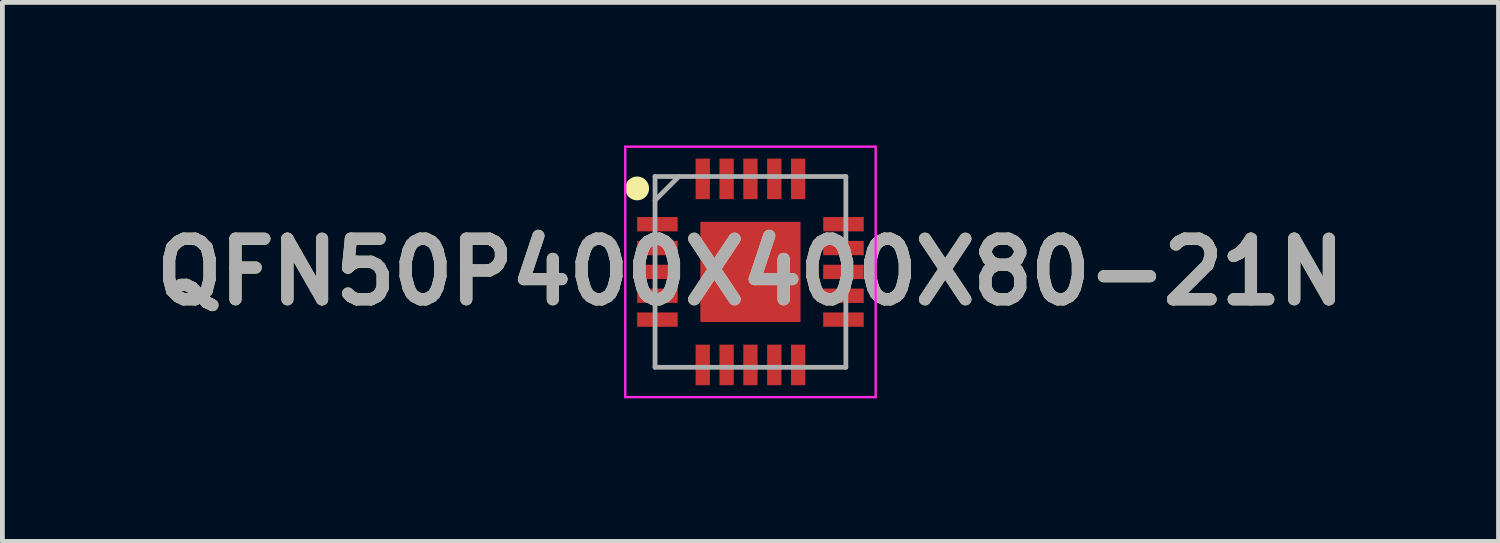
<source format=kicad_pcb>
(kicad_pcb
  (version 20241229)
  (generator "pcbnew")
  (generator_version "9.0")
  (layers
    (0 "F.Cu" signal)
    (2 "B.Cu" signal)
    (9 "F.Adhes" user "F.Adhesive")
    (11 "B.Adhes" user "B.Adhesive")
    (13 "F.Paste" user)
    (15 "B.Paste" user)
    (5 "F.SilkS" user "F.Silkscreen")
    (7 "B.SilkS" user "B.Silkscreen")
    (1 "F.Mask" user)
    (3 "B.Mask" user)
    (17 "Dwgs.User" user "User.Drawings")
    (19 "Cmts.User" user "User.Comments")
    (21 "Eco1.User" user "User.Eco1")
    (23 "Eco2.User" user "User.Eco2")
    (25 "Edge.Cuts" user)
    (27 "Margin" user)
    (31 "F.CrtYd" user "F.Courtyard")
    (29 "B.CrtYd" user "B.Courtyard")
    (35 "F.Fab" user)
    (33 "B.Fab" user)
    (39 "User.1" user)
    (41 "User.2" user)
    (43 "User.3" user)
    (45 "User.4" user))
  (footprint "QFN50P400X400X80-21N"
    (layer "F.Cu")
    (at 12.682 2.65)
    (property "Reference" "QFN50P400X400X80-21N" (at 0 0 0) (layer "F.SilkS") (effects (font (size 1.27 1.27) (thickness 0.254))))
    (attr smd)
    (fp_circle (center -2.375 -1.75) (end -2.375 -1.625) (stroke (width 0.25) (type solid)) (fill no) (layer "F.SilkS"))
    (fp_line (start -2.625 -2.625) (end 2.625 -2.625) (stroke (width 0.05) (type solid)) (layer "F.CrtYd"))
    (fp_line (start -2.625 2.625) (end -2.625 -2.625) (stroke (width 0.05) (type solid)) (layer "F.CrtYd"))
    (fp_line (start 2.625 -2.625) (end 2.625 2.625) (stroke (width 0.05) (type solid)) (layer "F.CrtYd"))
    (fp_line (start 2.625 2.625) (end -2.625 2.625) (stroke (width 0.05) (type solid)) (layer "F.CrtYd"))
    (fp_line (start -2 -2) (end 2 -2) (stroke (width 0.1) (type solid)) (layer "F.Fab"))
    (fp_line (start -2 -1.5) (end -1.5 -2) (stroke (width 0.1) (type solid)) (layer "F.Fab"))
    (fp_line (start -2 2) (end -2 -2) (stroke (width 0.1) (type solid)) (layer "F.Fab"))
    (fp_line (start 2 -2) (end 2 2) (stroke (width 0.1) (type solid)) (layer "F.Fab"))
    (fp_line (start 2 2) (end -2 2) (stroke (width 0.1) (type solid)) (layer "F.Fab"))
    (fp_text user "${REFERENCE}" (at 0 0 0) (layer "F.Fab") (effects (font (size 1.27 1.27) (thickness 0.254))))
    (pad "1" smd rect (at -1.95 -1 90) (size 0.3 0.85) (layers "F.Cu" "F.Mask" "F.Paste"))
    (pad "2" smd rect (at -1.95 -0.5 90) (size 0.3 0.85) (layers "F.Cu" "F.Mask" "F.Paste"))
    (pad "3" smd rect (at -1.95 0 90) (size 0.3 0.85) (layers "F.Cu" "F.Mask" "F.Paste"))
    (pad "4" smd rect (at -1.95 0.5 90) (size 0.3 0.85) (layers "F.Cu" "F.Mask" "F.Paste"))
    (pad "5" smd rect (at -1.95 1 90) (size 0.3 0.85) (layers "F.Cu" "F.Mask" "F.Paste"))
    (pad "6" smd rect (at -1 1.95) (size 0.3 0.85) (layers "F.Cu" "F.Mask" "F.Paste"))
    (pad "7" smd rect (at -0.5 1.95) (size 0.3 0.85) (layers "F.Cu" "F.Mask" "F.Paste"))
    (pad "8" smd rect (at 0 1.95) (size 0.3 0.85) (layers "F.Cu" "F.Mask" "F.Paste"))
    (pad "9" smd rect (at 0.5 1.95) (size 0.3 0.85) (layers "F.Cu" "F.Mask" "F.Paste"))
    (pad "10" smd rect (at 1 1.95) (size 0.3 0.85) (layers "F.Cu" "F.Mask" "F.Paste"))
    (pad "11" smd rect (at 1.95 1 90) (size 0.3 0.85) (layers "F.Cu" "F.Mask" "F.Paste"))
    (pad "12" smd rect (at 1.95 0.5 90) (size 0.3 0.85) (layers "F.Cu" "F.Mask" "F.Paste"))
    (pad "13" smd rect (at 1.95 0 90) (size 0.3 0.85) (layers "F.Cu" "F.Mask" "F.Paste"))
    (pad "14" smd rect (at 1.95 -0.5 90) (size 0.3 0.85) (layers "F.Cu" "F.Mask" "F.Paste"))
    (pad "15" smd rect (at 1.95 -1 90) (size 0.3 0.85) (layers "F.Cu" "F.Mask" "F.Paste"))
    (pad "16" smd rect (at 1 -1.95) (size 0.3 0.85) (layers "F.Cu" "F.Mask" "F.Paste"))
    (pad "17" smd rect (at 0.5 -1.95) (size 0.3 0.85) (layers "F.Cu" "F.Mask" "F.Paste"))
    (pad "18" smd rect (at 0 -1.95) (size 0.3 0.85) (layers "F.Cu" "F.Mask" "F.Paste"))
    (pad "19" smd rect (at -0.5 -1.95) (size 0.3 0.85) (layers "F.Cu" "F.Mask" "F.Paste"))
    (pad "20" smd rect (at -1 -1.95) (size 0.3 0.85) (layers "F.Cu" "F.Mask" "F.Paste"))
    (pad "21" smd rect (at 0 0) (size 2.1 2.1) (layers "F.Cu" "F.Mask" "F.Paste")))
  (gr_rect
    (start -3 -3)
    (end 28.364 8.3)
    (stroke (width 0.1) (type default))
    (fill no)
    (layer "Edge.Cuts")))
</source>
